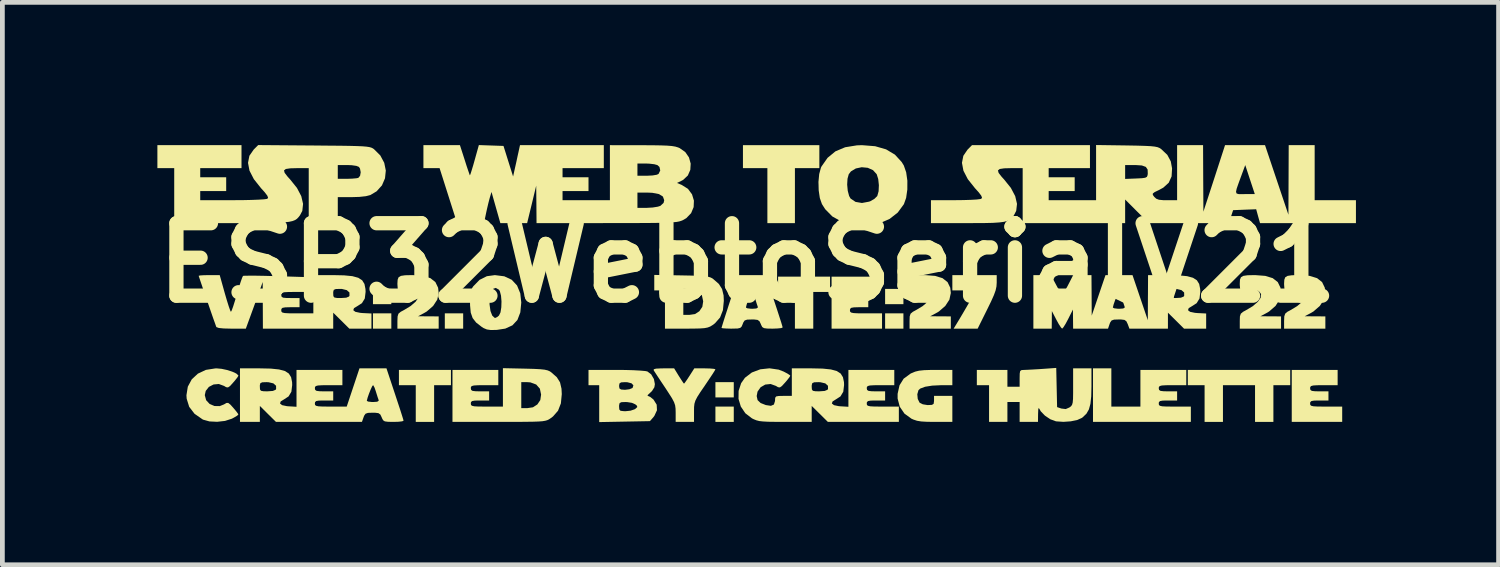
<source format=kicad_pcb>
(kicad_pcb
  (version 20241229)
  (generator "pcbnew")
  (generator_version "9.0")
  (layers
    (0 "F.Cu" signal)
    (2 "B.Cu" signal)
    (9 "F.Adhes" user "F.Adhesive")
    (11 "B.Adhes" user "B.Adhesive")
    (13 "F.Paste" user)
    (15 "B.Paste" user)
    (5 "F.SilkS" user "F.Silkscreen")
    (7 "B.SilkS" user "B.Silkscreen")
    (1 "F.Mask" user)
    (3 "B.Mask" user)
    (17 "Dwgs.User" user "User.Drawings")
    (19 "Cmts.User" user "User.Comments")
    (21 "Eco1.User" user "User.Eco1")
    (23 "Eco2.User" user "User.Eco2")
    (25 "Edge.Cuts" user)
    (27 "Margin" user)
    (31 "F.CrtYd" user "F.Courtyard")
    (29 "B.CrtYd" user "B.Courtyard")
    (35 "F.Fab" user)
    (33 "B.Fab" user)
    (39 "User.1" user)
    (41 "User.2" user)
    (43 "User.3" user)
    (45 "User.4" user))
  (footprint "ESP32WebtoSerialV21"
    (layer "F.Cu")
    (at 12.671 2.479)
    (property "Reference" "ESP32WebtoSerialV21" (at 0 0 0) (layer "F.SilkS") (effects (font (size 1.524 1.524) (thickness 0.3))))
    (attr board_only exclude_from_pos_files exclude_from_bom)
    (fp_poly (pts (xy -7.491 0.868) (xy -7.877 0.868) (xy -7.877 0.547) (xy -7.491 0.547)) (stroke (width 0) (type solid)) (fill yes) (layer "F.SilkS"))
    (fp_poly (pts (xy -7.491 1.383) (xy -7.877 1.383) (xy -7.877 1.061) (xy -7.491 1.061)) (stroke (width 0) (type solid)) (fill yes) (layer "F.SilkS"))
    (fp_poly (pts (xy -5.98 1.383) (xy -6.366 1.383) (xy -6.366 1.061) (xy -5.98 1.061)) (stroke (width 0) (type solid)) (fill yes) (layer "F.SilkS"))
    (fp_poly (pts (xy -0.289 2.829) (xy -0.675 2.829) (xy -0.675 2.508) (xy -0.289 2.508)) (stroke (width 0) (type solid)) (fill yes) (layer "F.SilkS"))
    (fp_poly (pts (xy -0.289 3.344) (xy -0.675 3.344) (xy -0.675 3.022) (xy -0.289 3.022)) (stroke (width 0) (type solid)) (fill yes) (layer "F.SilkS"))
    (fp_poly (pts (xy 3.279 0.868) (xy 2.894 0.868) (xy 2.894 0.547) (xy 3.279 0.547)) (stroke (width 0) (type solid)) (fill yes) (layer "F.SilkS"))
    (fp_poly (pts (xy 3.279 1.383) (xy 2.894 1.383) (xy 2.894 1.061) (xy 3.279 1.061)) (stroke (width 0) (type solid)) (fill yes) (layer "F.SilkS"))
    (fp_poly (pts (xy -6.237 2.572) (xy -6.591 2.572) (xy -6.591 3.344) (xy -6.977 3.344) (xy -6.977 2.572) (xy -7.331 2.572) (xy -7.331 2.251) (xy -6.237 2.251)) (stroke (width 0) (type solid)) (fill yes) (layer "F.SilkS"))
    (fp_poly (pts (xy 1.511 -1.993) (xy 0.997 -1.993) (xy 0.997 -0.836) (xy 0.418 -0.836) (xy 0.418 -1.993) (xy -0.096 -1.993) (xy -0.096 -2.476) (xy 1.511 -2.476)) (stroke (width 0) (type solid)) (fill yes) (layer "F.SilkS"))
    (fp_poly (pts (xy 1.736 0.611) (xy 1.383 0.611) (xy 1.383 1.383) (xy 0.997 1.383) (xy 0.997 0.611) (xy 0.643 0.611) (xy 0.643 0.289) (xy 1.736 0.289)) (stroke (width 0) (type solid)) (fill yes) (layer "F.SilkS"))
    (fp_poly (pts (xy 11.414 2.572) (xy 11.06 2.572) (xy 11.06 3.344) (xy 10.674 3.344) (xy 10.674 2.572) (xy 9.999 2.572) (xy 9.999 3.344) (xy 9.613 3.344) (xy 9.613 2.572) (xy 9.26 2.572) (xy 9.26 2.251) (xy 11.414 2.251)) (stroke (width 0) (type solid)) (fill yes) (layer "F.SilkS"))
    (fp_poly (pts (xy 5.241 0.418) (xy 5.236 0.495) (xy 5.218 0.578) (xy 5.182 0.678) (xy 5.124 0.808) (xy 5.04 0.98) (xy 4.84 1.383) (xy 4.335 1.383) (xy 4.399 1.278) (xy 4.481 1.142) (xy 4.564 1.001) (xy 4.643 0.865) (xy 4.711 0.746) (xy 4.762 0.655) (xy 4.788 0.604) (xy 4.791 0.597) (xy 4.761 0.588) (xy 4.683 0.582) (xy 4.572 0.579) (xy 4.549 0.579) (xy 4.308 0.579) (xy 4.308 0.257) (xy 5.241 0.257)) (stroke (width 0) (type solid)) (fill yes) (layer "F.SilkS"))
    (fp_poly (pts (xy 2.733 0.611) (xy 2.444 0.611) (xy 2.306 0.612) (xy 2.221 0.617) (xy 2.175 0.629) (xy 2.157 0.65) (xy 2.154 0.675) (xy 2.161 0.711) (xy 2.192 0.731) (xy 2.262 0.738) (xy 2.347 0.739) (xy 2.54 0.739) (xy 2.54 0.932) (xy 2.347 0.932) (xy 2.239 0.935) (xy 2.181 0.945) (xy 2.158 0.968) (xy 2.154 0.997) (xy 2.158 1.025) (xy 2.179 1.044) (xy 2.226 1.055) (xy 2.313 1.06) (xy 2.449 1.061) (xy 2.492 1.061) (xy 2.829 1.061) (xy 2.829 1.383) (xy 1.768 1.383) (xy 1.768 0.289) (xy 2.733 0.289)) (stroke (width 0) (type solid)) (fill yes) (layer "F.SilkS"))
    (fp_poly (pts (xy 12.411 2.572) (xy 12.121 2.572) (xy 11.984 2.573) (xy 11.898 2.578) (xy 11.853 2.59) (xy 11.835 2.611) (xy 11.832 2.636) (xy 11.839 2.672) (xy 11.87 2.692) (xy 11.939 2.7) (xy 12.025 2.701) (xy 12.218 2.701) (xy 12.218 2.894) (xy 12.025 2.894) (xy 11.917 2.896) (xy 11.859 2.906) (xy 11.835 2.929) (xy 11.832 2.958) (xy 11.836 2.987) (xy 11.856 3.005) (xy 11.904 3.016) (xy 11.991 3.021) (xy 12.127 3.022) (xy 12.169 3.022) (xy 12.507 3.022) (xy 12.507 3.344) (xy 11.446 3.344) (xy 11.446 2.251) (xy 12.411 2.251)) (stroke (width 0) (type solid)) (fill yes) (layer "F.SilkS"))
    (fp_poly (pts (xy 7.652 3.022) (xy 8.263 3.022) (xy 8.263 2.251) (xy 9.228 2.251) (xy 9.228 2.572) (xy 8.938 2.572) (xy 8.801 2.573) (xy 8.715 2.578) (xy 8.67 2.59) (xy 8.652 2.611) (xy 8.649 2.636) (xy 8.656 2.672) (xy 8.687 2.692) (xy 8.756 2.7) (xy 8.842 2.701) (xy 9.035 2.701) (xy 9.035 2.894) (xy 8.842 2.894) (xy 8.734 2.896) (xy 8.676 2.906) (xy 8.652 2.929) (xy 8.649 2.958) (xy 8.653 2.987) (xy 8.673 3.005) (xy 8.721 3.016) (xy 8.808 3.021) (xy 8.944 3.022) (xy 8.986 3.022) (xy 9.324 3.022) (xy 9.324 3.344) (xy 7.266 3.344) (xy 7.266 2.218) (xy 7.652 2.218)) (stroke (width 0) (type solid)) (fill yes) (layer "F.SilkS"))
    (fp_poly (pts (xy -6.827 0.273) (xy -6.669 0.321) (xy -6.564 0.404) (xy -6.507 0.522) (xy -6.495 0.633) (xy -6.525 0.773) (xy -6.612 0.906) (xy -6.746 1.022) (xy -6.813 1.061) (xy -6.929 1.122) (xy -6.712 1.124) (xy -6.495 1.125) (xy -6.495 1.383) (xy -7.363 1.383) (xy -7.363 1.222) (xy -7.359 1.125) (xy -7.341 1.068) (xy -7.293 1.028) (xy -7.238 0.999) (xy -7.088 0.909) (xy -6.981 0.817) (xy -6.922 0.731) (xy -6.915 0.655) (xy -6.961 0.595) (xy -7 0.576) (xy -7.129 0.56) (xy -7.208 0.573) (xy -7.289 0.588) (xy -7.34 0.588) (xy -7.345 0.586) (xy -7.356 0.545) (xy -7.362 0.465) (xy -7.363 0.432) (xy -7.358 0.353) (xy -7.338 0.302) (xy -7.289 0.273) (xy -7.201 0.26) (xy -7.061 0.257) (xy -7.038 0.257)) (stroke (width 0) (type solid)) (fill yes) (layer "F.SilkS"))
    (fp_poly (pts (xy 3.944 0.273) (xy 4.101 0.321) (xy 4.207 0.404) (xy 4.264 0.522) (xy 4.276 0.633) (xy 4.246 0.773) (xy 4.159 0.906) (xy 4.025 1.022) (xy 3.958 1.061) (xy 3.842 1.122) (xy 4.059 1.124) (xy 4.276 1.125) (xy 4.276 1.383) (xy 3.408 1.383) (xy 3.408 1.222) (xy 3.411 1.125) (xy 3.43 1.068) (xy 3.478 1.028) (xy 3.532 0.999) (xy 3.683 0.909) (xy 3.79 0.817) (xy 3.848 0.731) (xy 3.856 0.655) (xy 3.81 0.595) (xy 3.77 0.576) (xy 3.641 0.56) (xy 3.563 0.573) (xy 3.482 0.588) (xy 3.431 0.588) (xy 3.426 0.586) (xy 3.415 0.545) (xy 3.409 0.465) (xy 3.408 0.432) (xy 3.412 0.353) (xy 3.433 0.302) (xy 3.482 0.273) (xy 3.57 0.26) (xy 3.71 0.257) (xy 3.733 0.257)) (stroke (width 0) (type solid)) (fill yes) (layer "F.SilkS"))
    (fp_poly (pts (xy 10.889 0.273) (xy 11.046 0.321) (xy 11.152 0.404) (xy 11.209 0.522) (xy 11.221 0.633) (xy 11.19 0.773) (xy 11.104 0.906) (xy 10.97 1.022) (xy 10.903 1.061) (xy 10.787 1.122) (xy 11.004 1.124) (xy 11.221 1.125) (xy 11.221 1.383) (xy 10.353 1.383) (xy 10.353 1.222) (xy 10.356 1.125) (xy 10.375 1.068) (xy 10.423 1.028) (xy 10.477 0.999) (xy 10.628 0.909) (xy 10.734 0.817) (xy 10.793 0.731) (xy 10.801 0.655) (xy 10.754 0.595) (xy 10.715 0.576) (xy 10.586 0.56) (xy 10.508 0.573) (xy 10.427 0.588) (xy 10.376 0.588) (xy 10.371 0.586) (xy 10.36 0.545) (xy 10.353 0.465) (xy 10.353 0.432) (xy 10.357 0.353) (xy 10.378 0.302) (xy 10.427 0.273) (xy 10.515 0.26) (xy 10.655 0.257) (xy 10.678 0.257)) (stroke (width 0) (type solid)) (fill yes) (layer "F.SilkS"))
    (fp_poly (pts (xy 11.822 0.273) (xy 11.979 0.321) (xy 12.084 0.404) (xy 12.141 0.522) (xy 12.153 0.633) (xy 12.123 0.773) (xy 12.036 0.906) (xy 11.902 1.022) (xy 11.835 1.061) (xy 11.719 1.122) (xy 11.936 1.124) (xy 12.153 1.125) (xy 12.153 1.383) (xy 11.285 1.383) (xy 11.285 1.222) (xy 11.289 1.125) (xy 11.308 1.068) (xy 11.355 1.028) (xy 11.41 0.999) (xy 11.56 0.909) (xy 11.667 0.817) (xy 11.726 0.731) (xy 11.733 0.655) (xy 11.687 0.595) (xy 11.648 0.576) (xy 11.519 0.56) (xy 11.44 0.573) (xy 11.359 0.588) (xy 11.308 0.588) (xy 11.303 0.586) (xy 11.292 0.545) (xy 11.286 0.465) (xy 11.285 0.432) (xy 11.29 0.353) (xy 11.31 0.302) (xy 11.359 0.273) (xy 11.448 0.26) (xy 11.587 0.257) (xy 11.61 0.257)) (stroke (width 0) (type solid)) (fill yes) (layer "F.SilkS"))
    (fp_poly (pts (xy 4.308 2.572) (xy 4.075 2.572) (xy 3.885 2.581) (xy 3.735 2.605) (xy 3.633 2.643) (xy 3.596 2.676) (xy 3.571 2.762) (xy 3.58 2.861) (xy 3.619 2.939) (xy 3.619 2.94) (xy 3.687 2.974) (xy 3.785 2.99) (xy 3.796 2.99) (xy 3.878 2.986) (xy 3.914 2.965) (xy 3.922 2.912) (xy 3.923 2.894) (xy 3.923 2.797) (xy 4.308 2.797) (xy 4.308 3.344) (xy 3.947 3.344) (xy 3.777 3.342) (xy 3.655 3.335) (xy 3.564 3.32) (xy 3.489 3.295) (xy 3.447 3.276) (xy 3.301 3.17) (xy 3.202 3.025) (xy 3.157 2.853) (xy 3.157 2.753) (xy 3.197 2.574) (xy 3.284 2.435) (xy 3.425 2.331) (xy 3.451 2.318) (xy 3.526 2.287) (xy 3.608 2.267) (xy 3.714 2.256) (xy 3.86 2.251) (xy 3.949 2.251) (xy 4.308 2.251)) (stroke (width 0) (type solid)) (fill yes) (layer "F.SilkS"))
    (fp_poly (pts (xy -1.385 0.263) (xy -1.176 0.267) (xy -1.022 0.273) (xy -0.911 0.28) (xy -0.834 0.29) (xy -0.78 0.305) (xy -0.74 0.325) (xy -0.72 0.34) (xy -0.603 0.442) (xy -0.535 0.55) (xy -0.503 0.684) (xy -0.498 0.798) (xy -0.517 0.994) (xy -0.577 1.148) (xy -0.683 1.269) (xy -0.738 1.31) (xy -0.786 1.339) (xy -0.838 1.359) (xy -0.905 1.372) (xy -1.001 1.379) (xy -1.138 1.382) (xy -1.291 1.383) (xy -1.736 1.383) (xy -1.736 1.093) (xy -1.35 1.093) (xy -1.22 1.093) (xy -1.104 1.076) (xy -1.015 1.018) (xy -1.011 1.014) (xy -0.95 0.923) (xy -0.932 0.808) (xy -0.959 0.683) (xy -1.036 0.596) (xy -1.158 0.552) (xy -1.226 0.547) (xy -1.35 0.547) (xy -1.35 1.093) (xy -1.736 1.093) (xy -1.736 0.579) (xy -1.961 0.579) (xy -1.961 0.253)) (stroke (width 0) (type solid)) (fill yes) (layer "F.SilkS"))
    (fp_poly (pts (xy -1.444 2.379) (xy -1.389 2.465) (xy -1.35 2.523) (xy -1.335 2.54) (xy -1.314 2.515) (xy -1.269 2.451) (xy -1.222 2.379) (xy -1.119 2.218) (xy -0.897 2.218) (xy -0.787 2.221) (xy -0.708 2.228) (xy -0.675 2.237) (xy -0.675 2.237) (xy -0.692 2.27) (xy -0.739 2.344) (xy -0.809 2.449) (xy -0.894 2.575) (xy -0.9 2.584) (xy -0.994 2.721) (xy -1.057 2.82) (xy -1.096 2.896) (xy -1.116 2.961) (xy -1.124 3.032) (xy -1.125 3.122) (xy -1.125 3.344) (xy -1.511 3.344) (xy -1.511 3.15) (xy -1.513 3.065) (xy -1.522 2.997) (xy -1.545 2.929) (xy -1.588 2.847) (xy -1.657 2.739) (xy -1.73 2.627) (xy -1.817 2.497) (xy -1.892 2.384) (xy -1.946 2.301) (xy -1.973 2.259) (xy -1.973 2.259) (xy -1.971 2.237) (xy -1.925 2.224) (xy -1.827 2.219) (xy -1.77 2.218) (xy -1.543 2.218)) (stroke (width 0) (type solid)) (fill yes) (layer "F.SilkS"))
    (fp_poly (pts (xy -5.115 0.282) (xy -4.959 0.355) (xy -4.847 0.475) (xy -4.779 0.64) (xy -4.758 0.834) (xy -4.778 1.041) (xy -4.839 1.2) (xy -4.944 1.313) (xy -5.094 1.382) (xy -5.272 1.409) (xy -5.397 1.412) (xy -5.482 1.4) (xy -5.553 1.37) (xy -5.591 1.345) (xy -5.708 1.254) (xy -5.781 1.16) (xy -5.821 1.045) (xy -5.835 0.891) (xy -5.835 0.869) (xy -5.425 0.869) (xy -5.425 0.873) (xy -5.406 1.011) (xy -5.369 1.108) (xy -5.319 1.155) (xy -5.303 1.157) (xy -5.262 1.137) (xy -5.227 1.107) (xy -5.195 1.041) (xy -5.178 0.934) (xy -5.174 0.81) (xy -5.184 0.69) (xy -5.208 0.597) (xy -5.228 0.564) (xy -5.294 0.526) (xy -5.351 0.546) (xy -5.395 0.614) (xy -5.422 0.725) (xy -5.425 0.869) (xy -5.835 0.869) (xy -5.836 0.836) (xy -5.832 0.696) (xy -5.819 0.601) (xy -5.794 0.532) (xy -5.768 0.493) (xy -5.636 0.357) (xy -5.482 0.28) (xy -5.313 0.257)) (stroke (width 0) (type solid)) (fill yes) (layer "F.SilkS"))
    (fp_poly (pts (xy -11.06 2.228) (xy -10.943 2.253) (xy -10.835 2.288) (xy -10.751 2.327) (xy -10.71 2.365) (xy -10.708 2.374) (xy -10.728 2.408) (xy -10.779 2.473) (xy -10.818 2.518) (xy -10.883 2.59) (xy -10.926 2.619) (xy -10.965 2.614) (xy -11.01 2.587) (xy -11.119 2.547) (xy -11.23 2.557) (xy -11.328 2.608) (xy -11.394 2.692) (xy -11.414 2.781) (xy -11.386 2.887) (xy -11.313 2.966) (xy -11.212 3.01) (xy -11.1 3.012) (xy -11.01 2.976) (xy -10.959 2.946) (xy -10.921 2.945) (xy -10.876 2.98) (xy -10.818 3.044) (xy -10.756 3.118) (xy -10.716 3.172) (xy -10.708 3.188) (xy -10.733 3.213) (xy -10.8 3.253) (xy -10.845 3.277) (xy -10.988 3.323) (xy -11.153 3.342) (xy -11.316 3.334) (xy -11.449 3.297) (xy -11.462 3.29) (xy -11.63 3.173) (xy -11.742 3.027) (xy -11.795 2.857) (xy -11.8 2.784) (xy -11.771 2.603) (xy -11.688 2.449) (xy -11.559 2.329) (xy -11.391 2.25) (xy -11.192 2.219) (xy -11.168 2.218)) (stroke (width 0) (type solid)) (fill yes) (layer "F.SilkS"))
    (fp_poly (pts (xy 6.502 2.621) (xy 6.511 3.033) (xy 6.6 3.063) (xy 6.693 3.074) (xy 6.769 3.041) (xy 6.803 3.016) (xy 6.825 2.986) (xy 6.839 2.938) (xy 6.846 2.86) (xy 6.848 2.74) (xy 6.848 2.604) (xy 6.848 2.218) (xy 7.234 2.218) (xy 7.234 2.596) (xy 7.229 2.806) (xy 7.212 2.964) (xy 7.18 3.081) (xy 7.129 3.17) (xy 7.054 3.243) (xy 7.035 3.258) (xy 6.937 3.303) (xy 6.799 3.332) (xy 6.645 3.343) (xy 6.497 3.333) (xy 6.481 3.33) (xy 6.367 3.288) (xy 6.255 3.212) (xy 6.168 3.122) (xy 6.14 3.073) (xy 6.124 3.05) (xy 6.115 3.082) (xy 6.111 3.173) (xy 6.111 3.175) (xy 6.109 3.344) (xy 5.723 3.344) (xy 5.723 2.926) (xy 5.466 2.926) (xy 5.466 3.344) (xy 5.08 3.344) (xy 5.08 2.572) (xy 4.823 2.572) (xy 4.823 2.251) (xy 5.466 2.251) (xy 5.466 2.604) (xy 5.723 2.604) (xy 5.723 2.427) (xy 5.725 2.326) (xy 5.735 2.274) (xy 5.763 2.254) (xy 5.815 2.251) (xy 5.888 2.248) (xy 6.004 2.242) (xy 6.143 2.234) (xy 6.199 2.23) (xy 6.493 2.209)) (stroke (width 0) (type solid)) (fill yes) (layer "F.SilkS"))
    (fp_poly (pts (xy 2.684 -2.454) (xy 2.914 -2.388) (xy 3.1 -2.277) (xy 3.243 -2.121) (xy 3.288 -2.047) (xy 3.337 -1.905) (xy 3.362 -1.729) (xy 3.361 -1.542) (xy 3.336 -1.367) (xy 3.289 -1.235) (xy 3.16 -1.059) (xy 2.989 -0.925) (xy 2.824 -0.853) (xy 2.649 -0.819) (xy 2.447 -0.806) (xy 2.244 -0.814) (xy 2.064 -0.843) (xy 1.98 -0.868) (xy 1.785 -0.976) (xy 1.633 -1.13) (xy 1.565 -1.238) (xy 1.521 -1.364) (xy 1.497 -1.526) (xy 1.494 -1.646) (xy 2.096 -1.646) (xy 2.108 -1.517) (xy 2.137 -1.407) (xy 2.168 -1.353) (xy 2.272 -1.283) (xy 2.407 -1.26) (xy 2.557 -1.288) (xy 2.587 -1.299) (xy 2.67 -1.348) (xy 2.727 -1.404) (xy 2.73 -1.41) (xy 2.757 -1.506) (xy 2.763 -1.634) (xy 2.749 -1.764) (xy 2.717 -1.865) (xy 2.639 -1.951) (xy 2.528 -2) (xy 2.402 -2.012) (xy 2.278 -1.986) (xy 2.175 -1.924) (xy 2.129 -1.864) (xy 2.103 -1.77) (xy 2.096 -1.646) (xy 1.494 -1.646) (xy 1.492 -1.702) (xy 1.508 -1.869) (xy 1.544 -2.002) (xy 1.555 -2.026) (xy 1.684 -2.21) (xy 1.849 -2.346) (xy 2.053 -2.432) (xy 2.3 -2.472) (xy 2.407 -2.476)) (stroke (width 0) (type solid)) (fill yes) (layer "F.SilkS"))
    (fp_poly (pts (xy 0.56 0.796) (xy 0.618 0.971) (xy 0.668 1.126) (xy 0.708 1.249) (xy 0.732 1.33) (xy 0.739 1.358) (xy 0.71 1.371) (xy 0.633 1.379) (xy 0.528 1.383) (xy 0.414 1.381) (xy 0.347 1.372) (xy 0.31 1.349) (xy 0.287 1.305) (xy 0.28 1.286) (xy 0.252 1.228) (xy 0.212 1.199) (xy 0.138 1.19) (xy 0.088 1.19) (xy -0.008 1.193) (xy -0.06 1.211) (xy -0.089 1.254) (xy -0.101 1.286) (xy -0.123 1.338) (xy -0.153 1.367) (xy -0.209 1.38) (xy -0.308 1.382) (xy -0.341 1.383) (xy -0.446 1.38) (xy -0.521 1.375) (xy -0.547 1.368) (xy -0.537 1.334) (xy -0.511 1.249) (xy -0.471 1.123) (xy -0.42 0.966) (xy -0.412 0.94) (xy -0.032 0.94) (xy -0.004 0.955) (xy 0.068 0.964) (xy 0.1 0.965) (xy 0.185 0.959) (xy 0.217 0.94) (xy 0.215 0.92) (xy 0.195 0.862) (xy 0.167 0.772) (xy 0.158 0.743) (xy 0.129 0.662) (xy 0.105 0.616) (xy 0.098 0.611) (xy 0.078 0.638) (xy 0.047 0.705) (xy 0.012 0.79) (xy -0.017 0.873) (xy -0.032 0.932) (xy -0.032 0.94) (xy -0.412 0.94) (xy -0.368 0.805) (xy -0.19 0.257) (xy 0.38 0.257)) (stroke (width 0) (type solid)) (fill yes) (layer "F.SilkS"))
    (fp_poly (pts (xy -2.575 2.252) (xy -2.401 2.257) (xy -2.255 2.265) (xy -2.152 2.274) (xy -2.106 2.283) (xy -2.026 2.344) (xy -1.969 2.442) (xy -1.948 2.55) (xy -1.959 2.616) (xy -2.009 2.695) (xy -2.063 2.746) (xy -2.103 2.782) (xy -2.096 2.797) (xy -2.096 2.797) (xy -2.047 2.818) (xy -1.982 2.87) (xy -1.976 2.876) (xy -1.91 2.982) (xy -1.904 3.099) (xy -1.958 3.216) (xy -1.974 3.238) (xy -2.052 3.328) (xy -3.119 3.348) (xy -3.119 3.022) (xy -2.701 3.022) (xy -2.696 3.083) (xy -2.671 3.11) (xy -2.607 3.118) (xy -2.562 3.119) (xy -2.46 3.108) (xy -2.377 3.08) (xy -2.361 3.071) (xy -2.318 3.032) (xy -2.326 3.003) (xy -2.361 2.974) (xy -2.432 2.943) (xy -2.533 2.927) (xy -2.562 2.926) (xy -2.649 2.929) (xy -2.689 2.947) (xy -2.7 2.991) (xy -2.701 3.022) (xy -3.119 3.022) (xy -3.119 2.588) (xy -2.701 2.588) (xy -2.693 2.641) (xy -2.659 2.663) (xy -2.58 2.669) (xy -2.576 2.669) (xy -2.486 2.658) (xy -2.423 2.633) (xy -2.416 2.626) (xy -2.4 2.574) (xy -2.439 2.533) (xy -2.526 2.51) (xy -2.579 2.508) (xy -2.659 2.513) (xy -2.693 2.536) (xy -2.701 2.588) (xy -3.119 2.588) (xy -3.119 2.572) (xy -3.344 2.572) (xy -3.344 2.251) (xy -2.767 2.251)) (stroke (width 0) (type solid)) (fill yes) (layer "F.SilkS"))
    (fp_poly (pts (xy -4.68 2.224) (xy -4.494 2.229) (xy -4.36 2.236) (xy -4.266 2.246) (xy -4.202 2.261) (xy -4.155 2.282) (xy -4.128 2.301) (xy -4.011 2.404) (xy -3.943 2.512) (xy -3.912 2.646) (xy -3.906 2.759) (xy -3.925 2.955) (xy -3.985 3.109) (xy -4.091 3.23) (xy -4.146 3.271) (xy -4.178 3.292) (xy -4.212 3.308) (xy -4.254 3.32) (xy -4.314 3.33) (xy -4.397 3.336) (xy -4.512 3.34) (xy -4.666 3.342) (xy -4.866 3.344) (xy -5.12 3.344) (xy -5.229 3.344) (xy -6.205 3.344) (xy -6.205 3.054) (xy -4.758 3.054) (xy -4.628 3.054) (xy -4.512 3.037) (xy -4.423 2.979) (xy -4.419 2.976) (xy -4.358 2.885) (xy -4.341 2.769) (xy -4.367 2.645) (xy -4.444 2.558) (xy -4.566 2.513) (xy -4.634 2.508) (xy -4.758 2.508) (xy -4.758 3.054) (xy -6.205 3.054) (xy -6.205 2.251) (xy -5.241 2.251) (xy -5.241 2.572) (xy -5.53 2.572) (xy -5.668 2.573) (xy -5.753 2.578) (xy -5.799 2.59) (xy -5.817 2.611) (xy -5.819 2.636) (xy -5.812 2.672) (xy -5.782 2.692) (xy -5.712 2.7) (xy -5.627 2.701) (xy -5.434 2.701) (xy -5.434 2.894) (xy -5.627 2.894) (xy -5.734 2.896) (xy -5.793 2.906) (xy -5.816 2.929) (xy -5.819 2.958) (xy -5.815 2.987) (xy -5.795 3.005) (xy -5.747 3.016) (xy -5.661 3.021) (xy -5.524 3.022) (xy -5.482 3.022) (xy -5.144 3.022) (xy -5.144 2.214)) (stroke (width 0) (type solid)) (fill yes) (layer "F.SilkS"))
    (fp_poly (pts (xy -9.119 -2.469) (xy -8.813 -2.466) (xy -8.564 -2.464) (xy -8.367 -2.461) (xy -8.214 -2.457) (xy -8.099 -2.452) (xy -8.015 -2.445) (xy -7.955 -2.436) (xy -7.914 -2.425) (xy -7.884 -2.411) (xy -7.858 -2.394) (xy -7.857 -2.393) (xy -7.723 -2.26) (xy -7.64 -2.105) (xy -7.607 -1.942) (xy -7.624 -1.779) (xy -7.688 -1.63) (xy -7.801 -1.505) (xy -7.932 -1.427) (xy -8.025 -1.403) (xy -8.163 -1.388) (xy -8.326 -1.383) (xy -8.617 -1.383) (xy -8.617 -0.836) (xy -9.228 -0.836) (xy -9.228 -1.768) (xy -8.617 -1.768) (xy -8.426 -1.768) (xy -8.314 -1.772) (xy -8.224 -1.78) (xy -8.185 -1.788) (xy -8.148 -1.832) (xy -8.135 -1.907) (xy -8.15 -1.984) (xy -8.173 -2.019) (xy -8.225 -2.04) (xy -8.321 -2.054) (xy -8.414 -2.058) (xy -8.617 -2.058) (xy -8.617 -1.768) (xy -9.228 -1.768) (xy -9.228 -1.993) (xy -9.461 -1.993) (xy -9.616 -1.989) (xy -9.71 -1.975) (xy -9.748 -1.945) (xy -9.734 -1.893) (xy -9.671 -1.812) (xy -9.619 -1.755) (xy -9.476 -1.577) (xy -9.385 -1.404) (xy -9.347 -1.241) (xy -9.363 -1.094) (xy -9.412 -1.001) (xy -9.443 -0.961) (xy -9.476 -0.927) (xy -9.515 -0.901) (xy -9.569 -0.88) (xy -9.642 -0.864) (xy -9.742 -0.853) (xy -9.874 -0.845) (xy -10.046 -0.84) (xy -10.263 -0.838) (xy -10.532 -0.837) (xy -10.843 -0.836) (xy -12.057 -0.836) (xy -12.057 -1.993) (xy -12.411 -1.993) (xy -12.411 -2.476) (xy -10.642 -2.476) (xy -10.642 -1.993) (xy -11.51 -1.993) (xy -11.51 -1.801) (xy -10.964 -1.801) (xy -10.964 -1.511) (xy -11.51 -1.511) (xy -11.51 -1.318) (xy -10.827 -1.319) (xy -10.622 -1.32) (xy -10.437 -1.324) (xy -10.282 -1.33) (xy -10.169 -1.337) (xy -10.106 -1.346) (xy -10.098 -1.348) (xy -10.083 -1.373) (xy -10.1 -1.415) (xy -10.154 -1.486) (xy -10.231 -1.571) (xy -10.382 -1.761) (xy -10.474 -1.94) (xy -10.505 -2.104) (xy -10.476 -2.253) (xy -10.385 -2.384) (xy -10.384 -2.385) (xy -10.291 -2.478)) (stroke (width 0) (type solid)) (fill yes) (layer "F.SilkS"))
    (fp_poly (pts (xy 7.237 0.683) (xy 7.239 1.109) (xy 7.297 0.94) (xy 7.684 0.94) (xy 7.713 0.955) (xy 7.785 0.964) (xy 7.816 0.965) (xy 7.901 0.959) (xy 7.933 0.94) (xy 7.931 0.92) (xy 7.911 0.862) (xy 7.883 0.772) (xy 7.874 0.743) (xy 7.846 0.662) (xy 7.821 0.616) (xy 7.814 0.611) (xy 7.794 0.638) (xy 7.763 0.705) (xy 7.729 0.79) (xy 7.7 0.873) (xy 7.685 0.932) (xy 7.684 0.94) (xy 7.297 0.94) (xy 7.384 0.683) (xy 7.529 0.257) (xy 8.097 0.257) (xy 8.258 0.731) (xy 8.419 1.206) (xy 8.421 0.731) (xy 8.422 0.643) (xy 8.842 0.643) (xy 8.845 0.7) (xy 8.867 0.728) (xy 8.923 0.738) (xy 9.004 0.739) (xy 9.115 0.732) (xy 9.173 0.708) (xy 9.184 0.691) (xy 9.183 0.622) (xy 9.127 0.573) (xy 9.025 0.548) (xy 8.983 0.547) (xy 8.895 0.55) (xy 8.854 0.567) (xy 8.842 0.61) (xy 8.842 0.643) (xy 8.422 0.643) (xy 8.424 0.257) (xy 8.843 0.257) (xy 9.072 0.262) (xy 9.245 0.279) (xy 9.369 0.313) (xy 9.451 0.366) (xy 9.499 0.443) (xy 9.52 0.548) (xy 9.523 0.608) (xy 9.506 0.749) (xy 9.446 0.847) (xy 9.356 0.905) (xy 9.279 0.952) (xy 9.264 0.995) (xy 9.308 1.029) (xy 9.408 1.05) (xy 9.461 1.055) (xy 9.646 1.064) (xy 9.646 1.383) (xy 9.181 1.383) (xy 9.012 1.215) (xy 8.842 1.047) (xy 8.842 1.383) (xy 8.032 1.383) (xy 7.996 1.286) (xy 7.968 1.228) (xy 7.928 1.199) (xy 7.855 1.19) (xy 7.804 1.19) (xy 7.709 1.193) (xy 7.657 1.211) (xy 7.627 1.254) (xy 7.615 1.286) (xy 7.582 1.383) (xy 6.848 1.383) (xy 6.846 1.182) (xy 6.844 0.981) (xy 6.743 1.182) (xy 6.69 1.281) (xy 6.645 1.353) (xy 6.618 1.382) (xy 6.617 1.383) (xy 6.591 1.356) (xy 6.546 1.287) (xy 6.497 1.198) (xy 6.401 1.013) (xy 6.4 1.198) (xy 6.398 1.383) (xy 6.012 1.383) (xy 6.012 0.257) (xy 6.197 0.257) (xy 6.382 0.258) (xy 6.494 0.468) (xy 6.551 0.573) (xy 6.594 0.629) (xy 6.631 0.636) (xy 6.673 0.59) (xy 6.729 0.491) (xy 6.771 0.41) (xy 6.849 0.257) (xy 7.234 0.257)) (stroke (width 0) (type solid)) (fill yes) (layer "F.SilkS"))
    (fp_poly (pts (xy -5.391 -2.469) (xy -5.132 -2.46) (xy -5.031 -2.138) (xy -4.93 -1.817) (xy -4.893 -1.985) (xy -4.862 -2.122) (xy -4.831 -2.267) (xy -4.82 -2.315) (xy -4.785 -2.476) (xy -3.022 -2.476) (xy -3.022 -1.993) (xy -3.89 -1.993) (xy -3.89 -1.801) (xy -3.344 -1.801) (xy -3.344 -1.511) (xy -3.89 -1.511) (xy -3.89 -1.318) (xy -2.894 -1.318) (xy -2.894 -1.479) (xy -2.315 -1.479) (xy -2.315 -1.157) (xy -2.114 -1.158) (xy -1.993 -1.165) (xy -1.887 -1.182) (xy -1.833 -1.199) (xy -1.765 -1.262) (xy -1.752 -1.318) (xy -1.779 -1.395) (xy -1.862 -1.447) (xy -2.002 -1.474) (xy -2.114 -1.479) (xy -2.315 -1.479) (xy -2.894 -1.479) (xy -2.894 -1.833) (xy -2.315 -1.833) (xy -2.112 -1.833) (xy -1.996 -1.839) (xy -1.908 -1.854) (xy -1.871 -1.871) (xy -1.835 -1.944) (xy -1.852 -2.018) (xy -1.895 -2.057) (xy -1.961 -2.075) (xy -2.064 -2.087) (xy -2.136 -2.09) (xy -2.315 -2.09) (xy -2.315 -1.833) (xy -2.894 -1.833) (xy -2.894 -2.476) (xy -2.227 -2.475) (xy -1.996 -2.474) (xy -1.82 -2.471) (xy -1.688 -2.466) (xy -1.591 -2.458) (xy -1.519 -2.446) (xy -1.462 -2.429) (xy -1.428 -2.415) (xy -1.309 -2.331) (xy -1.231 -2.218) (xy -1.195 -2.088) (xy -1.203 -1.957) (xy -1.255 -1.838) (xy -1.353 -1.746) (xy -1.383 -1.73) (xy -1.483 -1.681) (xy -1.384 -1.64) (xy -1.252 -1.557) (xy -1.167 -1.442) (xy -1.127 -1.31) (xy -1.133 -1.173) (xy -1.186 -1.046) (xy -1.287 -0.941) (xy -1.361 -0.898) (xy -1.396 -0.884) (xy -1.436 -0.872) (xy -1.487 -0.862) (xy -1.554 -0.855) (xy -1.645 -0.849) (xy -1.765 -0.844) (xy -1.92 -0.841) (xy -2.115 -0.839) (xy -2.358 -0.838) (xy -2.653 -0.837) (xy -2.966 -0.837) (xy -4.437 -0.836) (xy -4.44 -1.23) (xy -4.444 -1.624) (xy -4.539 -1.23) (xy -4.635 -0.836) (xy -5.198 -0.836) (xy -5.291 -1.164) (xy -5.384 -1.492) (xy -5.422 -1.365) (xy -5.449 -1.262) (xy -5.48 -1.13) (xy -5.5 -1.037) (xy -5.542 -0.836) (xy -6.108 -0.836) (xy -6.476 -1.993) (xy -6.816 -1.993) (xy -6.816 -2.476) (xy -6.048 -2.476) (xy -5.947 -2.163) (xy -5.905 -2.031) (xy -5.869 -1.925) (xy -5.846 -1.858) (xy -5.839 -1.841) (xy -5.827 -1.866) (xy -5.803 -1.941) (xy -5.769 -2.053) (xy -5.74 -2.156) (xy -5.65 -2.478)) (stroke (width 0) (type solid)) (fill yes) (layer "F.SilkS"))
    (fp_poly (pts (xy 0.656 2.245) (xy 0.761 2.286) (xy 0.842 2.329) (xy 0.892 2.363) (xy 0.899 2.374) (xy 0.879 2.408) (xy 0.828 2.473) (xy 0.789 2.518) (xy 0.723 2.59) (xy 0.681 2.619) (xy 0.642 2.614) (xy 0.597 2.587) (xy 0.486 2.547) (xy 0.373 2.559) (xy 0.276 2.615) (xy 0.211 2.707) (xy 0.193 2.8) (xy 0.212 2.886) (xy 0.276 2.947) (xy 0.385 2.99) (xy 0.492 3.006) (xy 0.555 2.979) (xy 0.578 2.906) (xy 0.579 2.89) (xy 0.582 2.837) (xy 0.602 2.809) (xy 0.655 2.799) (xy 0.756 2.797) (xy 0.932 2.797) (xy 0.932 2.604) (xy 1.35 2.604) (xy 1.354 2.661) (xy 1.375 2.69) (xy 1.431 2.7) (xy 1.512 2.701) (xy 1.623 2.693) (xy 1.681 2.669) (xy 1.693 2.652) (xy 1.692 2.584) (xy 1.636 2.534) (xy 1.533 2.51) (xy 1.491 2.508) (xy 1.404 2.511) (xy 1.363 2.528) (xy 1.351 2.571) (xy 1.35 2.604) (xy 0.932 2.604) (xy 0.932 2.218) (xy 1.352 2.218) (xy 1.581 2.223) (xy 1.754 2.241) (xy 1.877 2.274) (xy 1.959 2.327) (xy 2.007 2.404) (xy 2.029 2.509) (xy 2.031 2.569) (xy 2.014 2.71) (xy 1.955 2.808) (xy 1.864 2.867) (xy 1.789 2.914) (xy 1.774 2.957) (xy 1.819 2.992) (xy 1.919 3.013) (xy 1.954 3.016) (xy 2.122 3.026) (xy 2.122 2.251) (xy 3.087 2.251) (xy 3.087 2.572) (xy 2.797 2.572) (xy 2.66 2.573) (xy 2.574 2.578) (xy 2.529 2.59) (xy 2.511 2.611) (xy 2.508 2.636) (xy 2.515 2.672) (xy 2.546 2.692) (xy 2.615 2.7) (xy 2.701 2.701) (xy 2.894 2.701) (xy 2.894 2.894) (xy 2.701 2.894) (xy 2.593 2.896) (xy 2.535 2.906) (xy 2.511 2.929) (xy 2.508 2.958) (xy 2.512 2.987) (xy 2.532 3.005) (xy 2.58 3.016) (xy 2.667 3.021) (xy 2.803 3.022) (xy 2.845 3.022) (xy 3.183 3.022) (xy 3.183 3.344) (xy 1.69 3.344) (xy 1.52 3.176) (xy 1.35 3.008) (xy 1.35 3.344) (xy 0.793 3.344) (xy 0.588 3.343) (xy 0.437 3.341) (xy 0.327 3.335) (xy 0.247 3.326) (xy 0.185 3.31) (xy 0.131 3.288) (xy 0.093 3.269) (xy -0.046 3.162) (xy -0.141 3.021) (xy -0.189 2.86) (xy -0.187 2.692) (xy -0.134 2.53) (xy -0.054 2.416) (xy 0.091 2.305) (xy 0.269 2.238) (xy 0.462 2.217)) (stroke (width 0) (type solid)) (fill yes) (layer "F.SilkS"))
    (fp_poly (pts (xy -10.026 2.223) (xy -9.853 2.241) (xy -9.729 2.274) (xy -9.647 2.327) (xy -9.599 2.404) (xy -9.578 2.509) (xy -9.576 2.569) (xy -9.593 2.71) (xy -9.652 2.808) (xy -9.742 2.867) (xy -9.818 2.914) (xy -9.832 2.957) (xy -9.788 2.992) (xy -9.688 3.013) (xy -9.653 3.016) (xy -9.485 3.026) (xy -9.485 2.251) (xy -8.52 2.251) (xy -8.52 2.572) (xy -8.81 2.572) (xy -8.947 2.573) (xy -9.033 2.578) (xy -9.078 2.59) (xy -9.096 2.611) (xy -9.099 2.636) (xy -9.092 2.672) (xy -9.061 2.692) (xy -8.992 2.7) (xy -8.906 2.701) (xy -8.713 2.701) (xy -8.713 2.894) (xy -8.906 2.894) (xy -9.014 2.896) (xy -9.072 2.906) (xy -9.095 2.929) (xy -9.099 2.958) (xy -9.095 2.987) (xy -9.074 3.005) (xy -9.026 3.016) (xy -8.94 3.021) (xy -8.802 3.022) (xy -8.764 3.022) (xy -8.429 3.022) (xy -8.389 2.902) (xy -8.006 2.902) (xy -7.977 2.917) (xy -7.906 2.925) (xy -7.874 2.926) (xy -7.789 2.92) (xy -7.757 2.901) (xy -7.759 2.881) (xy -7.779 2.823) (xy -7.807 2.734) (xy -7.816 2.704) (xy -7.844 2.623) (xy -7.869 2.577) (xy -7.876 2.572) (xy -7.896 2.599) (xy -7.927 2.666) (xy -7.961 2.752) (xy -7.99 2.835) (xy -8.005 2.894) (xy -8.006 2.902) (xy -8.389 2.902) (xy -8.295 2.62) (xy -8.161 2.218) (xy -7.593 2.218) (xy -7.414 2.757) (xy -7.356 2.933) (xy -7.305 3.087) (xy -7.266 3.21) (xy -7.241 3.291) (xy -7.234 3.32) (xy -7.264 3.332) (xy -7.34 3.341) (xy -7.446 3.344) (xy -7.56 3.342) (xy -7.627 3.333) (xy -7.663 3.31) (xy -7.687 3.266) (xy -7.694 3.247) (xy -7.722 3.189) (xy -7.762 3.16) (xy -7.835 3.151) (xy -7.886 3.151) (xy -7.981 3.154) (xy -8.033 3.172) (xy -8.063 3.215) (xy -8.075 3.247) (xy -8.109 3.344) (xy -9.917 3.344) (xy -10.087 3.176) (xy -10.256 3.008) (xy -10.256 3.344) (xy -10.674 3.344) (xy -10.674 2.604) (xy -10.256 2.604) (xy -10.253 2.661) (xy -10.232 2.69) (xy -10.176 2.7) (xy -10.095 2.701) (xy -9.983 2.693) (xy -9.925 2.669) (xy -9.914 2.652) (xy -9.915 2.584) (xy -9.971 2.534) (xy -10.073 2.51) (xy -10.116 2.508) (xy -10.203 2.511) (xy -10.244 2.528) (xy -10.256 2.571) (xy -10.256 2.604) (xy -10.674 2.604) (xy -10.674 2.218) (xy -10.255 2.218)) (stroke (width 0) (type solid)) (fill yes) (layer "F.SilkS"))
    (fp_poly (pts (xy -10.992 0.643) (xy -10.949 0.79) (xy -10.911 0.911) (xy -10.882 0.994) (xy -10.865 1.029) (xy -10.864 1.029) (xy -10.848 1) (xy -10.819 0.921) (xy -10.782 0.804) (xy -10.739 0.661) (xy -10.738 0.658) (xy -10.696 0.513) (xy -10.657 0.392) (xy -10.627 0.308) (xy -10.61 0.273) (xy -10.61 0.273) (xy -10.572 0.27) (xy -10.48 0.269) (xy -10.343 0.269) (xy -10.171 0.272) (xy -9.975 0.277) (xy -9.907 0.279) (xy -9.228 0.3) (xy -9.228 0.611) (xy -9.517 0.611) (xy -9.654 0.612) (xy -9.74 0.617) (xy -9.785 0.629) (xy -9.804 0.65) (xy -9.806 0.675) (xy -9.799 0.711) (xy -9.768 0.731) (xy -9.699 0.738) (xy -9.613 0.739) (xy -9.421 0.739) (xy -9.421 0.932) (xy -9.613 0.932) (xy -9.721 0.935) (xy -9.779 0.945) (xy -9.803 0.968) (xy -9.806 0.997) (xy -9.802 1.025) (xy -9.782 1.044) (xy -9.734 1.055) (xy -9.648 1.06) (xy -9.511 1.061) (xy -9.469 1.061) (xy -9.131 1.061) (xy -9.131 0.643) (xy -8.713 0.643) (xy -8.71 0.7) (xy -8.688 0.728) (xy -8.632 0.738) (xy -8.551 0.739) (xy -8.44 0.732) (xy -8.382 0.708) (xy -8.371 0.691) (xy -8.372 0.622) (xy -8.428 0.573) (xy -8.53 0.548) (xy -8.572 0.547) (xy -8.66 0.55) (xy -8.701 0.567) (xy -8.713 0.61) (xy -8.713 0.643) (xy -9.131 0.643) (xy -9.131 0.257) (xy -8.712 0.257) (xy -8.483 0.262) (xy -8.31 0.279) (xy -8.186 0.313) (xy -8.104 0.366) (xy -8.056 0.443) (xy -8.035 0.548) (xy -8.032 0.608) (xy -8.049 0.749) (xy -8.109 0.847) (xy -8.199 0.905) (xy -8.276 0.952) (xy -8.291 0.995) (xy -8.247 1.029) (xy -8.147 1.05) (xy -8.094 1.055) (xy -7.909 1.064) (xy -7.909 1.383) (xy -8.374 1.383) (xy -8.543 1.215) (xy -8.713 1.047) (xy -8.713 1.383) (xy -10.192 1.383) (xy -10.194 0.892) (xy -10.196 0.402) (xy -10.323 0.756) (xy -10.379 0.912) (xy -10.433 1.06) (xy -10.477 1.181) (xy -10.501 1.246) (xy -10.551 1.383) (xy -10.855 1.383) (xy -11.016 1.379) (xy -11.118 1.369) (xy -11.168 1.351) (xy -11.174 1.342) (xy -11.199 1.271) (xy -11.239 1.16) (xy -11.287 1.021) (xy -11.34 0.867) (xy -11.395 0.709) (xy -11.446 0.559) (xy -11.49 0.43) (xy -11.523 0.332) (xy -11.541 0.278) (xy -11.543 0.272) (xy -11.513 0.264) (xy -11.436 0.259) (xy -11.327 0.257) (xy -11.321 0.257) (xy -11.1 0.257)) (stroke (width 0) (type solid)) (fill yes) (layer "F.SilkS"))
    (fp_poly (pts (xy 7.971 -2.47) (xy 8.192 -2.466) (xy 8.358 -2.461) (xy 8.479 -2.455) (xy 8.564 -2.446) (xy 8.623 -2.434) (xy 8.665 -2.417) (xy 8.7 -2.394) (xy 8.701 -2.393) (xy 8.829 -2.272) (xy 8.902 -2.135) (xy 8.929 -1.987) (xy 8.919 -1.819) (xy 8.859 -1.686) (xy 8.744 -1.582) (xy 8.652 -1.532) (xy 8.563 -1.489) (xy 8.524 -1.459) (xy 8.524 -1.43) (xy 8.554 -1.389) (xy 8.596 -1.35) (xy 8.653 -1.328) (xy 8.744 -1.319) (xy 8.823 -1.318) (xy 9.035 -1.318) (xy 9.035 -2.476) (xy 9.581 -2.476) (xy 9.584 -1.776) (xy 9.588 -1.077) (xy 9.724 -1.494) (xy 10.274 -1.494) (xy 10.286 -1.46) (xy 10.326 -1.447) (xy 10.395 -1.446) (xy 10.46 -1.447) (xy 10.669 -1.447) (xy 10.468 -2.057) (xy 10.382 -1.824) (xy 10.324 -1.666) (xy 10.287 -1.559) (xy 10.274 -1.494) (xy 9.724 -1.494) (xy 9.816 -1.776) (xy 10.043 -2.476) (xy 10.884 -2.476) (xy 11.13 -1.744) (xy 11.376 -1.013) (xy 11.379 -1.744) (xy 11.382 -2.476) (xy 11.928 -2.476) (xy 11.928 -1.318) (xy 12.796 -1.318) (xy 12.796 -0.836) (xy 10.779 -0.836) (xy 10.738 -0.982) (xy 10.698 -1.128) (xy 10.455 -1.119) (xy 10.213 -1.109) (xy 10.168 -0.973) (xy 10.122 -0.836) (xy 8.441 -0.836) (xy 8.191 -1.084) (xy 7.942 -1.333) (xy 7.942 -0.836) (xy 5.787 -0.836) (xy 5.787 -1.993) (xy 5.554 -1.993) (xy 5.399 -1.989) (xy 5.305 -1.975) (xy 5.267 -1.945) (xy 5.281 -1.893) (xy 5.344 -1.812) (xy 5.396 -1.755) (xy 5.539 -1.577) (xy 5.63 -1.404) (xy 5.668 -1.241) (xy 5.651 -1.094) (xy 5.603 -1.001) (xy 5.564 -0.952) (xy 5.521 -0.914) (xy 5.468 -0.885) (xy 5.396 -0.864) (xy 5.296 -0.851) (xy 5.161 -0.842) (xy 4.982 -0.838) (xy 4.751 -0.837) (xy 4.622 -0.836) (xy 3.858 -0.836) (xy 3.858 -1.318) (xy 4.365 -1.319) (xy 4.541 -1.321) (xy 4.697 -1.326) (xy 4.82 -1.333) (xy 4.898 -1.343) (xy 4.917 -1.348) (xy 4.932 -1.373) (xy 4.915 -1.415) (xy 4.861 -1.486) (xy 4.784 -1.571) (xy 4.633 -1.761) (xy 4.541 -1.939) (xy 4.51 -2.104) (xy 4.539 -2.252) (xy 4.628 -2.383) (xy 4.63 -2.384) (xy 4.721 -2.476) (xy 7.202 -2.476) (xy 7.202 -1.993) (xy 6.334 -1.993) (xy 6.334 -1.801) (xy 6.881 -1.801) (xy 6.881 -1.511) (xy 6.334 -1.511) (xy 6.334 -1.318) (xy 7.331 -1.318) (xy 7.331 -1.766) (xy 7.942 -1.766) (xy 8.175 -1.775) (xy 8.295 -1.781) (xy 8.365 -1.791) (xy 8.4 -1.81) (xy 8.414 -1.845) (xy 8.418 -1.875) (xy 8.415 -1.963) (xy 8.377 -2.019) (xy 8.294 -2.049) (xy 8.158 -2.058) (xy 8.147 -2.058) (xy 7.942 -2.058) (xy 7.942 -1.766) (xy 7.331 -1.766) (xy 7.331 -2.479)) (stroke (width 0) (type solid)) (fill yes) (layer "F.SilkS")))
  (gr_rect
    (start -3 -3)
    (end 28.467 8.828)
    (stroke (width 0.1) (type default))
    (fill no)
    (layer "Edge.Cuts")))
</source>
